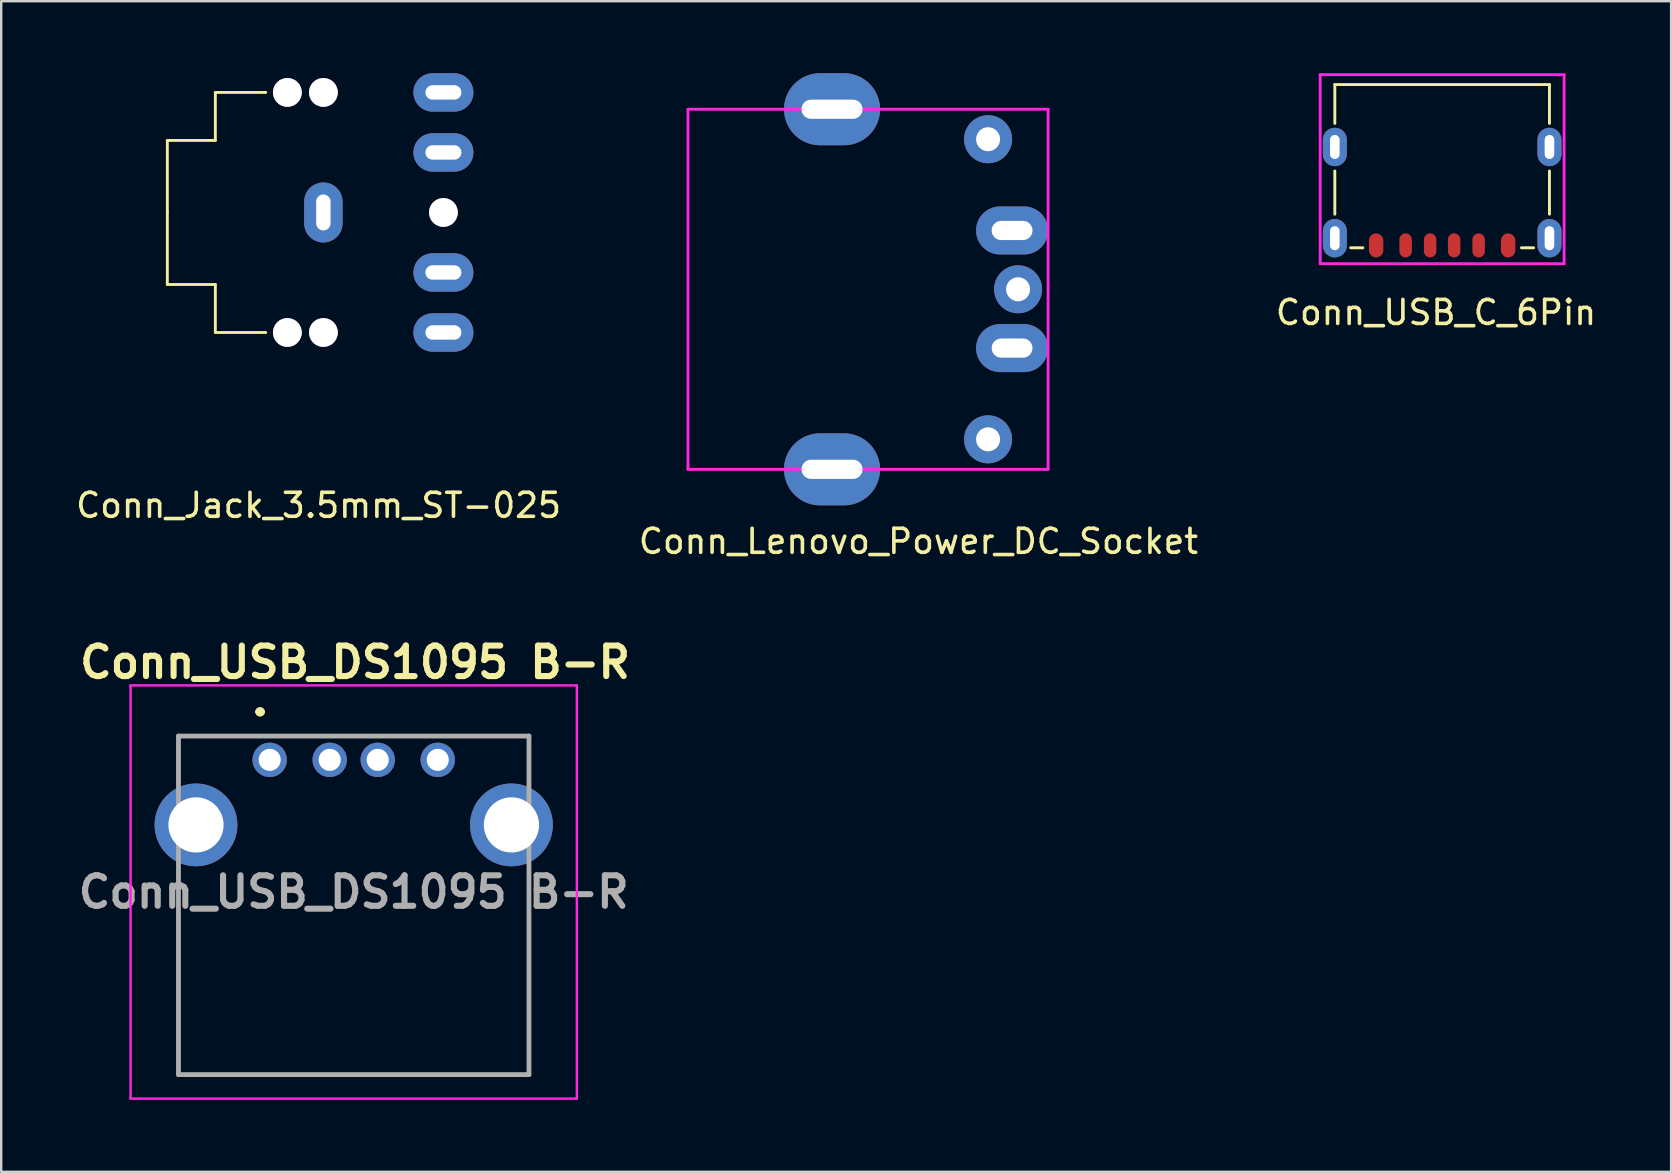
<source format=kicad_pcb>
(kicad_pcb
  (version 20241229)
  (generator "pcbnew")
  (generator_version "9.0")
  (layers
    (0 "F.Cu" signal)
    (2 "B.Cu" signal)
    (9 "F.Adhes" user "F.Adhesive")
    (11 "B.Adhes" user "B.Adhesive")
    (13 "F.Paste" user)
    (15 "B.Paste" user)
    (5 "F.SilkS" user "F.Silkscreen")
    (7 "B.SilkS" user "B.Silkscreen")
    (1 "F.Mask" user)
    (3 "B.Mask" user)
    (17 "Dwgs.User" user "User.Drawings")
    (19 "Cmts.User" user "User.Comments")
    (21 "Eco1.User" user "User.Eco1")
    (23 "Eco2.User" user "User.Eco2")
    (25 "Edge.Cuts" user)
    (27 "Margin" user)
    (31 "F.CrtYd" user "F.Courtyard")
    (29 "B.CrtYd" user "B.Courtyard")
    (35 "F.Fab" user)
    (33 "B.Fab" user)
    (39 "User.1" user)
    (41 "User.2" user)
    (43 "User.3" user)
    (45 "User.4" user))
  (footprint "Conn_USB_DS1095 B-R"
    (layer "F.Cu")
    (at 8.184 28.601)
    (property "Reference" "Conn_USB_DS1095 B-R" (at 3.556 -4.064 0) (layer "F.SilkS") (effects (font (size 1.27 1.27) (thickness 0.254))))
    (attr through_hole)
    (fp_line (start -3.8 -1) (end 10.8 -0.99) (stroke (width 0.1) (type solid)) (layer "F.SilkS"))
    (fp_line (start -3.8 5) (end -3.8 13.11) (stroke (width 0.1) (type solid)) (layer "F.SilkS"))
    (fp_line (start -3.8 13.11) (end 10.8 13.11) (stroke (width 0.1) (type solid)) (layer "F.SilkS"))
    (fp_line (start -0.5 -2) (end -0.5 -2) (stroke (width 0.2) (type solid)) (layer "F.SilkS"))
    (fp_line (start -0.3 -2) (end -0.3 -2) (stroke (width 0.2) (type solid)) (layer "F.SilkS"))
    (fp_line (start 10.8 13.11) (end 10.8 5.5) (stroke (width 0.1) (type solid)) (layer "F.SilkS"))
    (fp_arc (start -0.5 -2) (mid -0.4 -2.1) (end -0.3 -2) (stroke (width 0.2) (type solid)) (layer "F.SilkS"))
    (fp_arc (start -0.3 -2) (mid -0.4 -1.9) (end -0.5 -2) (stroke (width 0.2) (type solid)) (layer "F.SilkS"))
    (fp_line (start -5.795 -3.1) (end 12.795 -3.1) (stroke (width 0.1) (type solid)) (layer "F.CrtYd"))
    (fp_line (start -5.795 14.11) (end -5.795 -3.1) (stroke (width 0.1) (type solid)) (layer "F.CrtYd"))
    (fp_line (start 12.795 -3.1) (end 12.795 14.11) (stroke (width 0.1) (type solid)) (layer "F.CrtYd"))
    (fp_line (start 12.795 14.11) (end -5.795 14.11) (stroke (width 0.1) (type solid)) (layer "F.CrtYd"))
    (fp_line (start -3.8 -0.99) (end 10.8 -0.99) (stroke (width 0.2) (type solid)) (layer "F.Fab"))
    (fp_line (start -3.8 13.11) (end -3.8 -0.99) (stroke (width 0.2) (type solid)) (layer "F.Fab"))
    (fp_line (start 10.8 -0.99) (end 10.8 13.11) (stroke (width 0.2) (type solid)) (layer "F.Fab"))
    (fp_line (start 10.8 13.11) (end -3.8 13.11) (stroke (width 0.2) (type solid)) (layer "F.Fab"))
    (fp_text user "${REFERENCE}" (at 3.5 5.505 0) (layer "F.Fab") (effects (font (size 1.27 1.27) (thickness 0.254))))
    (pad "1" thru_hole circle (at 0 0) (size 1.431 1.431) (drill 0.92) (layers "*.Cu" "*.Mask"))
    (pad "2" thru_hole circle (at 2.5 0) (size 1.431 1.431) (drill 0.92) (layers "*.Cu" "*.Mask"))
    (pad "3" thru_hole circle (at 4.5 0) (size 1.431 1.431) (drill 0.92) (layers "*.Cu" "*.Mask"))
    (pad "4" thru_hole circle (at 7 0) (size 1.431 1.431) (drill 0.92) (layers "*.Cu" "*.Mask"))
    (pad "5" thru_hole circle (at -3.07 2.71) (size 3.45 3.45) (drill 2.3) (layers "*.Cu" "*.Mask"))
    (pad "5" thru_hole circle (at 10.07 2.71) (size 3.45 3.45) (drill 2.3) (layers "*.Cu" "*.Mask")))
  (footprint "Conn_Jack_3.5mm_ST-025"
    (layer "F.Cu")
    (at 10.42 5.8)
    (property "Reference" "Conn_Jack_3.5mm_ST-025" (at -0.2 12.2 0) (layer "F.SilkS") (effects (font (size 1 1) (thickness 0.15))))
    (attr through_hole)
    (fp_line (start -6.5 -3) (end -4.5 -3) (stroke (width 0.12) (type solid)) (layer "F.SilkS"))
    (fp_line (start -6.5 0) (end -6.5 -3) (stroke (width 0.12) (type solid)) (layer "F.SilkS"))
    (fp_line (start -6.5 0) (end -6.5 3) (stroke (width 0.12) (type solid)) (layer "F.SilkS"))
    (fp_line (start -6.5 3) (end -4.5 3) (stroke (width 0.12) (type solid)) (layer "F.SilkS"))
    (fp_line (start -4.5 -5) (end -2.4 -5) (stroke (width 0.12) (type solid)) (layer "F.SilkS"))
    (fp_line (start -4.5 -3) (end -4.5 -5) (stroke (width 0.12) (type solid)) (layer "F.SilkS"))
    (fp_line (start -4.5 3) (end -4.5 5) (stroke (width 0.12) (type solid)) (layer "F.SilkS"))
    (fp_line (start -4.5 5) (end -2.4 5) (stroke (width 0.12) (type solid)) (layer "F.SilkS"))
    (pad "" thru_hole circle (at -1.5 -5 90) (size 1.2 1.2) (drill 1.2) (layers "*.Cu" "*.Mask"))
    (pad "" thru_hole circle (at -1.5 5 90) (size 1.2 1.2) (drill 1.2) (layers "*.Cu" "*.Mask"))
    (pad "" thru_hole circle (at 0 -5 90) (size 1.2 1.2) (drill 1.2) (layers "*.Cu" "*.Mask"))
    (pad "" thru_hole circle (at 0 5 90) (size 1.2 1.2) (drill 1.2) (layers "*.Cu" "*.Mask"))
    (pad "" thru_hole circle (at 5 0 90) (size 1.2 1.2) (drill 1.2) (layers "*.Cu" "*.Mask"))
    (pad "R" thru_hole oval (at 5 -5 90) (size 1.6 2.5) (drill oval 0.6 1.5) (layers "*.Cu" "*.Mask"))
    (pad "RN" thru_hole oval (at 5 -2.5 90) (size 1.6 2.5) (drill oval 0.6 1.5) (layers "*.Cu" "*.Mask"))
    (pad "S" thru_hole oval (at 0 0) (size 1.6 2.5) (drill oval 0.6 1.5) (layers "*.Cu" "*.Mask"))
    (pad "T" thru_hole oval (at 5 5 90) (size 1.6 2.5) (drill oval 0.6 1.5) (layers "*.Cu" "*.Mask"))
    (pad "TN" thru_hole oval (at 5 2.5 90) (size 1.6 2.5) (drill oval 0.6 1.5) (layers "*.Cu" "*.Mask")))
  (footprint "Conn_USB_C_6Pin"
    (layer "F.Cu")
    (at 57.022 7.172)
    (property "Reference" "Conn_USB_C_6Pin" (at -0.254 2.794 0) (layer "F.SilkS") (effects (font (size 1 1) (thickness 0.15))))
    (attr through_hole)
    (fp_line (start -4.47 -6.7) (end 4.47 -6.7) (stroke (width 0.12) (type solid)) (layer "F.SilkS"))
    (fp_line (start -4.47 -5.08) (end -4.47 -6.7) (stroke (width 0.12) (type solid)) (layer "F.SilkS"))
    (fp_line (start -4.47 -1.3) (end -4.47 -3.1) (stroke (width 0.12) (type solid)) (layer "F.SilkS"))
    (fp_line (start -3.302 0.1) (end -3.81 0.1) (stroke (width 0.12) (type solid)) (layer "F.SilkS"))
    (fp_line (start 3.81 0.1) (end 3.302 0.1) (stroke (width 0.12) (type solid)) (layer "F.SilkS"))
    (fp_line (start 4.47 -6.7) (end 4.47 -5.08) (stroke (width 0.12) (type solid)) (layer "F.SilkS"))
    (fp_line (start 4.47 -1.3) (end 4.47 -3.1) (stroke (width 0.12) (type solid)) (layer "F.SilkS"))
    (fp_line (start -5.08 -7.112) (end 5.08 -7.112) (stroke (width 0.12) (type solid)) (layer "F.CrtYd"))
    (fp_line (start -5.08 0.762) (end -5.08 -7.112) (stroke (width 0.12) (type solid)) (layer "F.CrtYd"))
    (fp_line (start 5.08 -7.112) (end 5.08 0.762) (stroke (width 0.12) (type solid)) (layer "F.CrtYd"))
    (fp_line (start 5.08 0.762) (end -5.08 0.762) (stroke (width 0.12) (type solid)) (layer "F.CrtYd"))
    (pad "1" smd oval (at -2.75 0) (size 0.6 1) (layers "F.Cu" "F.Mask" "F.Paste"))
    (pad "2" smd oval (at -1.52 0) (size 0.52 1) (layers "F.Cu" "F.Mask" "F.Paste"))
    (pad "3" smd oval (at -0.5 0) (size 0.52 1) (layers "F.Cu" "F.Mask" "F.Paste"))
    (pad "4" smd oval (at 0.5 0) (size 0.52 1) (layers "F.Cu" "F.Mask" "F.Paste"))
    (pad "5" smd oval (at 1.52 0) (size 0.52 1) (layers "F.Cu" "F.Mask" "F.Paste"))
    (pad "6" smd oval (at 2.75 0) (size 0.6 1) (layers "F.Cu" "F.Mask" "F.Paste"))
    (pad "7" thru_hole oval (at -4.47 -4.1) (size 1 1.6) (drill oval 0.4 1) (layers "*.Cu" "*.Mask"))
    (pad "7" thru_hole oval (at -4.47 -0.3) (size 1 1.6) (drill oval 0.4 1) (layers "*.Cu" "*.Mask"))
    (pad "7" thru_hole oval (at 4.47 -4.1) (size 1 1.6) (drill oval 0.4 1) (layers "*.Cu" "*.Mask"))
    (pad "7" thru_hole oval (at 4.47 -0.3) (size 1 1.6) (drill oval 0.4 1) (layers "*.Cu" "*.Mask")))
  (footprint "Conn_Lenovo_Power_DC_Socket"
    (layer "F.Cu")
    (at 25.608 16.5)
    (property "Reference" "Conn_Lenovo_Power_DC_Socket" (at 9.6 3 0) (layer "F.SilkS") (effects (font (size 1 1) (thickness 0.15))))
    (attr through_hole)
    (fp_line (start 0 -15) (end 15 -15) (stroke (width 0.12) (type solid)) (layer "F.CrtYd"))
    (fp_line (start 0 0) (end 0 -15) (stroke (width 0.12) (type solid)) (layer "F.CrtYd"))
    (fp_line (start 0 0) (end 15 0) (stroke (width 0.12) (type solid)) (layer "F.CrtYd"))
    (fp_line (start 15 -15) (end 15 0) (stroke (width 0.12) (type solid)) (layer "F.CrtYd"))
    (pad "1" thru_hole oval (at 6 -15) (size 4 3) (drill oval 2.54 0.8) (layers "*.Cu" "*.Mask"))
    (pad "1" thru_hole oval (at 6 0) (size 4 3) (drill oval 2.54 0.8) (layers "*.Cu" "*.Mask"))
    (pad "1" thru_hole circle (at 12.5 -13.75) (size 2 2) (drill 1) (layers "*.Cu" "*.Mask"))
    (pad "1" thru_hole circle (at 12.5 -1.25) (size 2 2) (drill 1) (layers "*.Cu" "*.Mask"))
    (pad "2" thru_hole oval (at 13.5 -9.95) (size 3 2) (drill oval 1.7 0.8) (layers "*.Cu" "*.Mask"))
    (pad "3" thru_hole oval (at 13.5 -5.05) (size 3 2) (drill oval 1.7 0.8) (layers "*.Cu" "*.Mask"))
    (pad "4" thru_hole oval (at 13.75 -7.5) (size 2 2) (drill oval 1) (layers "*.Cu" "*.Mask")))
  (gr_rect
    (start -3 -3)
    (end 66.56 45.761)
    (stroke (width 0.1) (type default))
    (fill no)
    (layer "Edge.Cuts")))
</source>
